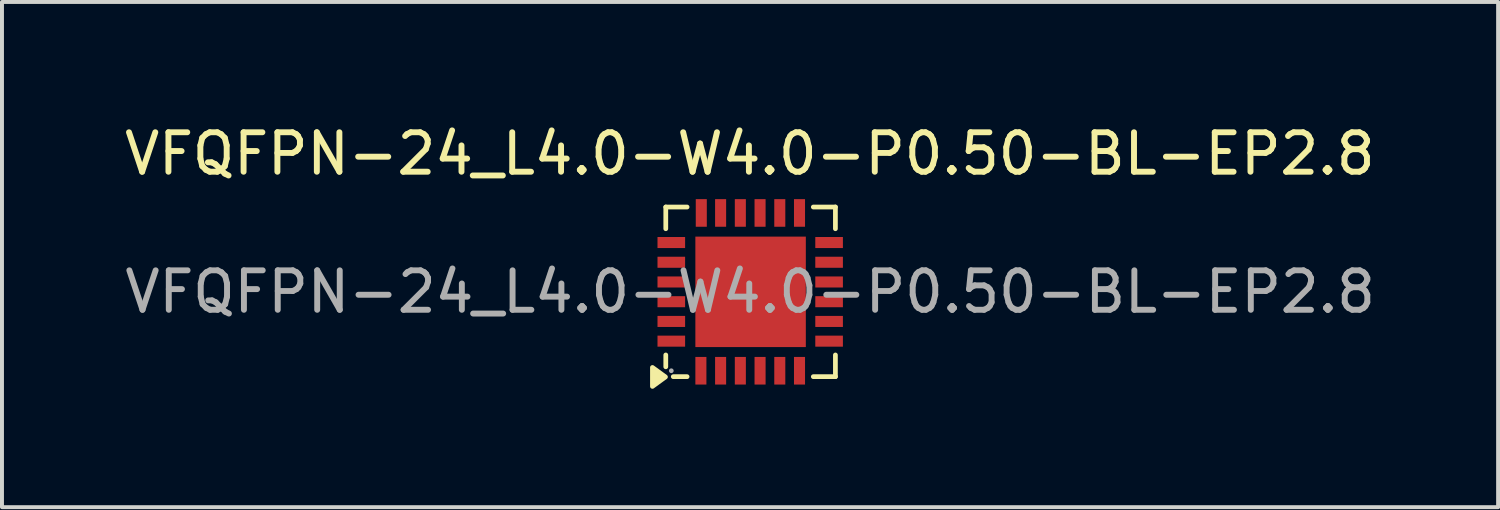
<source format=kicad_pcb>
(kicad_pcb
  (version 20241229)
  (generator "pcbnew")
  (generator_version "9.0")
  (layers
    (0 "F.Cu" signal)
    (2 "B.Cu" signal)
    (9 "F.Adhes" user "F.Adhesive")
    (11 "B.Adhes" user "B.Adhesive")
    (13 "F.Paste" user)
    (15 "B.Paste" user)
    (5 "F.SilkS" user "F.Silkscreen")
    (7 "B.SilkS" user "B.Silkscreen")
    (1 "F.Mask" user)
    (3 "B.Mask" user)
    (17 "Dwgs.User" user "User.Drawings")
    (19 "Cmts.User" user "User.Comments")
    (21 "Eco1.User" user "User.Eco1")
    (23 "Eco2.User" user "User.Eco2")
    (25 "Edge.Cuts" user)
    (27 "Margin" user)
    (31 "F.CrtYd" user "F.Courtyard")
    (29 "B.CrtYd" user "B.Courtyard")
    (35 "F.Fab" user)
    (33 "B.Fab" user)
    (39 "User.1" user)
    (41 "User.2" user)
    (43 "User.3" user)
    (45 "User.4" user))
  (footprint "VFQFPN-24_L4.0-W4.0-P0.50-BL-EP2.8"
    (layer "F.Cu")
    (at 15.967 4.348)
    (property "Reference" "VFQFPN-24_L4.0-W4.0-P0.50-BL-EP2.8" (at -0.009 -3.5 0) (layer "F.SilkS") (effects (font (size 1 1) (thickness 0.15))))
    (attr smd)
    (fp_line (start -2.14 -2.15) (end -1.6 -2.15) (stroke (width 0.12) (type solid)) (layer "F.SilkS"))
    (fp_line (start -2.14 -1.6) (end -2.14 -2.15) (stroke (width 0.12) (type solid)) (layer "F.SilkS"))
    (fp_line (start -2.14 1.9) (end -2.14 1.6) (stroke (width 0.12) (type solid)) (layer "F.SilkS"))
    (fp_line (start -1.6 2.15) (end -1.95 2.15) (stroke (width 0.12) (type solid)) (layer "F.SilkS"))
    (fp_line (start 2.16 -2.15) (end 1.6 -2.15) (stroke (width 0.12) (type solid)) (layer "F.SilkS"))
    (fp_line (start 2.16 -1.6) (end 2.16 -2.15) (stroke (width 0.12) (type solid)) (layer "F.SilkS"))
    (fp_line (start 2.16 1.6) (end 2.16 2.15) (stroke (width 0.12) (type solid)) (layer "F.SilkS"))
    (fp_line (start 2.16 2.15) (end 1.6 2.15) (stroke (width 0.12) (type solid)) (layer "F.SilkS"))
    (fp_poly (pts (xy -2.148 2.157) (xy -2.478 2.397) (xy -2.478 1.917) (xy -2.148 2.157)) (stroke (width 0.12) (type solid)) (fill yes) (layer "F.SilkS"))
    (fp_circle (center -2 2) (end -1.97 2) (stroke (width 0.06) (type solid)) (fill no) (layer "F.Fab"))
    (fp_text user "${REFERENCE}" (at 0 0 0) (layer "F.Fab") (effects (font (size 1 1) (thickness 0.15))))
    (pad "1" smd rect (at -1.25 2 180) (size 0.28 0.7) (layers "F.Cu" "F.Mask" "F.Paste"))
    (pad "2" smd rect (at -0.75 2 180) (size 0.28 0.7) (layers "F.Cu" "F.Mask" "F.Paste"))
    (pad "3" smd rect (at -0.25 2 180) (size 0.28 0.7) (layers "F.Cu" "F.Mask" "F.Paste"))
    (pad "4" smd rect (at 0.25 2 180) (size 0.28 0.7) (layers "F.Cu" "F.Mask" "F.Paste"))
    (pad "5" smd rect (at 0.75 2 180) (size 0.28 0.7) (layers "F.Cu" "F.Mask" "F.Paste"))
    (pad "6" smd rect (at 1.25 2 180) (size 0.28 0.7) (layers "F.Cu" "F.Mask" "F.Paste"))
    (pad "7" smd rect (at 2 1.25 90) (size 0.28 0.7) (layers "F.Cu" "F.Mask" "F.Paste"))
    (pad "8" smd rect (at 2 0.75 90) (size 0.28 0.7) (layers "F.Cu" "F.Mask" "F.Paste"))
    (pad "9" smd rect (at 2 0.25 90) (size 0.28 0.7) (layers "F.Cu" "F.Mask" "F.Paste"))
    (pad "10" smd rect (at 2 -0.25 90) (size 0.28 0.7) (layers "F.Cu" "F.Mask" "F.Paste"))
    (pad "11" smd rect (at 2 -0.75 90) (size 0.28 0.7) (layers "F.Cu" "F.Mask" "F.Paste"))
    (pad "12" smd rect (at 2 -1.25 90) (size 0.28 0.7) (layers "F.Cu" "F.Mask" "F.Paste"))
    (pad "13" smd rect (at 1.25 -2 180) (size 0.28 0.7) (layers "F.Cu" "F.Mask" "F.Paste"))
    (pad "14" smd rect (at 0.75 -2 180) (size 0.28 0.7) (layers "F.Cu" "F.Mask" "F.Paste"))
    (pad "15" smd rect (at 0.25 -2 180) (size 0.28 0.7) (layers "F.Cu" "F.Mask" "F.Paste"))
    (pad "16" smd rect (at -0.25 -2 180) (size 0.28 0.7) (layers "F.Cu" "F.Mask" "F.Paste"))
    (pad "17" smd rect (at -0.75 -2 180) (size 0.28 0.7) (layers "F.Cu" "F.Mask" "F.Paste"))
    (pad "18" smd rect (at -1.24 -2 180) (size 0.28 0.7) (layers "F.Cu" "F.Mask" "F.Paste"))
    (pad "19" smd rect (at -2 -1.25 90) (size 0.28 0.7) (layers "F.Cu" "F.Mask" "F.Paste"))
    (pad "20" smd rect (at -2 -0.75 90) (size 0.28 0.7) (layers "F.Cu" "F.Mask" "F.Paste"))
    (pad "21" smd rect (at -2 -0.25 90) (size 0.28 0.7) (layers "F.Cu" "F.Mask" "F.Paste"))
    (pad "22" smd rect (at -2 0.25 90) (size 0.28 0.7) (layers "F.Cu" "F.Mask" "F.Paste"))
    (pad "23" smd rect (at -2 0.75 90) (size 0.28 0.7) (layers "F.Cu" "F.Mask" "F.Paste"))
    (pad "24" smd rect (at -2 1.25 90) (size 0.28 0.7) (layers "F.Cu" "F.Mask" "F.Paste"))
    (pad "25" smd rect (at 0.01 0 90) (size 2.8 2.8) (layers "F.Cu" "F.Mask" "F.Paste")))
  (gr_rect
    (start -3 -3)
    (end 34.926 9.806)
    (stroke (width 0.1) (type default))
    (fill no)
    (layer "Edge.Cuts")))
</source>
